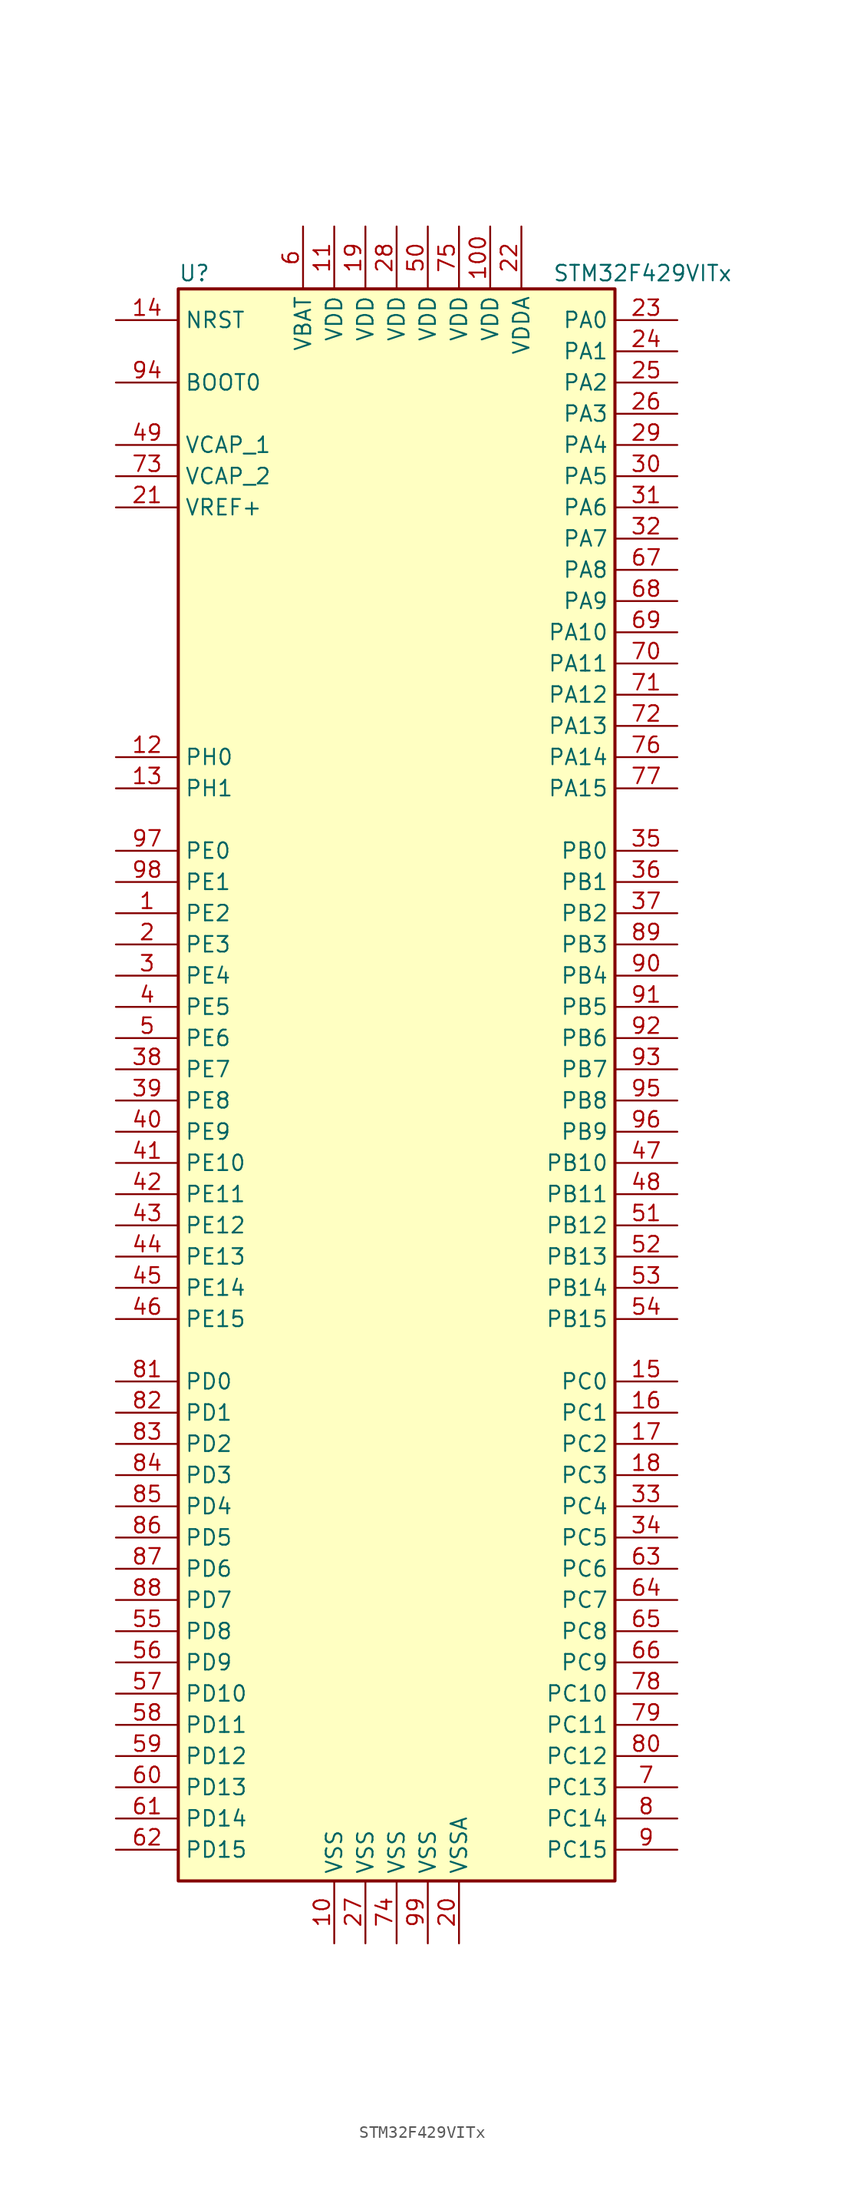
<source format=kicad_sym>
(kicad_symbol_lib
  (version 20220914)
  (generator kicad_symbol_editor)
  (symbol "STM32F429VITx"
    (property "Reference" "U"
      (at -17.78 64.77 0)
      (effects (font (size 1.27 1.27)) (justify left)))
    (property "Value" "STM32F429VITx"
      (at 12.7 64.77 0)
      (effects (font (size 1.27 1.27)) (justify left)))
    (symbol "STM32F429VITx_0_1"
      (rectangle (start -17.78 -66.04) (end 17.78 63.5) (stroke (width 0.254) (type default)) (fill (type background))))
    (symbol "STM32F429VITx_1_1"
      (pin bidirectional line (at -22.86 12.7 0) (length 5.08) (name "PE2" (effects (font (size 1.27 1.27)))) (number "1" (effects (font (size 1.27 1.27)))))
      (pin power_in line (at -5.08 -71.12 90) (length 5.08) (name "VSS" (effects (font (size 1.27 1.27)))) (number "10" (effects (font (size 1.27 1.27)))))
      (pin power_in line (at 7.62 68.58 270) (length 5.08) (name "VDD" (effects (font (size 1.27 1.27)))) (number "100" (effects (font (size 1.27 1.27)))))
      (pin power_in line (at -5.08 68.58 270) (length 5.08) (name "VDD" (effects (font (size 1.27 1.27)))) (number "11" (effects (font (size 1.27 1.27)))))
      (pin input line (at -22.86 25.4 0) (length 5.08) (name "PH0" (effects (font (size 1.27 1.27)))) (number "12" (effects (font (size 1.27 1.27)))))
      (pin input line (at -22.86 22.86 0) (length 5.08) (name "PH1" (effects (font (size 1.27 1.27)))) (number "13" (effects (font (size 1.27 1.27)))))
      (pin input line (at -22.86 60.96 0) (length 5.08) (name "NRST" (effects (font (size 1.27 1.27)))) (number "14" (effects (font (size 1.27 1.27)))))
      (pin bidirectional line (at 22.86 -25.4 180) (length 5.08) (name "PC0" (effects (font (size 1.27 1.27)))) (number "15" (effects (font (size 1.27 1.27)))))
      (pin bidirectional line (at 22.86 -27.94 180) (length 5.08) (name "PC1" (effects (font (size 1.27 1.27)))) (number "16" (effects (font (size 1.27 1.27)))))
      (pin bidirectional line (at 22.86 -30.48 180) (length 5.08) (name "PC2" (effects (font (size 1.27 1.27)))) (number "17" (effects (font (size 1.27 1.27)))))
      (pin bidirectional line (at 22.86 -33.02 180) (length 5.08) (name "PC3" (effects (font (size 1.27 1.27)))) (number "18" (effects (font (size 1.27 1.27)))))
      (pin power_in line (at -2.54 68.58 270) (length 5.08) (name "VDD" (effects (font (size 1.27 1.27)))) (number "19" (effects (font (size 1.27 1.27)))))
      (pin bidirectional line (at -22.86 10.16 0) (length 5.08) (name "PE3" (effects (font (size 1.27 1.27)))) (number "2" (effects (font (size 1.27 1.27)))))
      (pin power_in line (at 5.08 -71.12 90) (length 5.08) (name "VSSA" (effects (font (size 1.27 1.27)))) (number "20" (effects (font (size 1.27 1.27)))))
      (pin power_in line (at -22.86 45.72 0) (length 5.08) (name "VREF+" (effects (font (size 1.27 1.27)))) (number "21" (effects (font (size 1.27 1.27)))))
      (pin power_in line (at 10.16 68.58 270) (length 5.08) (name "VDDA" (effects (font (size 1.27 1.27)))) (number "22" (effects (font (size 1.27 1.27)))))
      (pin bidirectional line (at 22.86 60.96 180) (length 5.08) (name "PA0" (effects (font (size 1.27 1.27)))) (number "23" (effects (font (size 1.27 1.27)))))
      (pin bidirectional line (at 22.86 58.42 180) (length 5.08) (name "PA1" (effects (font (size 1.27 1.27)))) (number "24" (effects (font (size 1.27 1.27)))))
      (pin bidirectional line (at 22.86 55.88 180) (length 5.08) (name "PA2" (effects (font (size 1.27 1.27)))) (number "25" (effects (font (size 1.27 1.27)))))
      (pin bidirectional line (at 22.86 53.34 180) (length 5.08) (name "PA3" (effects (font (size 1.27 1.27)))) (number "26" (effects (font (size 1.27 1.27)))))
      (pin power_in line (at -2.54 -71.12 90) (length 5.08) (name "VSS" (effects (font (size 1.27 1.27)))) (number "27" (effects (font (size 1.27 1.27)))))
      (pin power_in line (at 0 68.58 270) (length 5.08) (name "VDD" (effects (font (size 1.27 1.27)))) (number "28" (effects (font (size 1.27 1.27)))))
      (pin bidirectional line (at 22.86 50.8 180) (length 5.08) (name "PA4" (effects (font (size 1.27 1.27)))) (number "29" (effects (font (size 1.27 1.27)))))
      (pin bidirectional line (at -22.86 7.62 0) (length 5.08) (name "PE4" (effects (font (size 1.27 1.27)))) (number "3" (effects (font (size 1.27 1.27)))))
      (pin bidirectional line (at 22.86 48.26 180) (length 5.08) (name "PA5" (effects (font (size 1.27 1.27)))) (number "30" (effects (font (size 1.27 1.27)))))
      (pin bidirectional line (at 22.86 45.72 180) (length 5.08) (name "PA6" (effects (font (size 1.27 1.27)))) (number "31" (effects (font (size 1.27 1.27)))))
      (pin bidirectional line (at 22.86 43.18 180) (length 5.08) (name "PA7" (effects (font (size 1.27 1.27)))) (number "32" (effects (font (size 1.27 1.27)))))
      (pin bidirectional line (at 22.86 -35.56 180) (length 5.08) (name "PC4" (effects (font (size 1.27 1.27)))) (number "33" (effects (font (size 1.27 1.27)))))
      (pin bidirectional line (at 22.86 -38.1 180) (length 5.08) (name "PC5" (effects (font (size 1.27 1.27)))) (number "34" (effects (font (size 1.27 1.27)))))
      (pin bidirectional line (at 22.86 17.78 180) (length 5.08) (name "PB0" (effects (font (size 1.27 1.27)))) (number "35" (effects (font (size 1.27 1.27)))))
      (pin bidirectional line (at 22.86 15.24 180) (length 5.08) (name "PB1" (effects (font (size 1.27 1.27)))) (number "36" (effects (font (size 1.27 1.27)))))
      (pin bidirectional line (at 22.86 12.7 180) (length 5.08) (name "PB2" (effects (font (size 1.27 1.27)))) (number "37" (effects (font (size 1.27 1.27)))))
      (pin bidirectional line (at -22.86 0 0) (length 5.08) (name "PE7" (effects (font (size 1.27 1.27)))) (number "38" (effects (font (size 1.27 1.27)))))
      (pin bidirectional line (at -22.86 -2.54 0) (length 5.08) (name "PE8" (effects (font (size 1.27 1.27)))) (number "39" (effects (font (size 1.27 1.27)))))
      (pin bidirectional line (at -22.86 5.08 0) (length 5.08) (name "PE5" (effects (font (size 1.27 1.27)))) (number "4" (effects (font (size 1.27 1.27)))))
      (pin bidirectional line (at -22.86 -5.08 0) (length 5.08) (name "PE9" (effects (font (size 1.27 1.27)))) (number "40" (effects (font (size 1.27 1.27)))))
      (pin bidirectional line (at -22.86 -7.62 0) (length 5.08) (name "PE10" (effects (font (size 1.27 1.27)))) (number "41" (effects (font (size 1.27 1.27)))))
      (pin bidirectional line (at -22.86 -10.16 0) (length 5.08) (name "PE11" (effects (font (size 1.27 1.27)))) (number "42" (effects (font (size 1.27 1.27)))))
      (pin bidirectional line (at -22.86 -12.7 0) (length 5.08) (name "PE12" (effects (font (size 1.27 1.27)))) (number "43" (effects (font (size 1.27 1.27)))))
      (pin bidirectional line (at -22.86 -15.24 0) (length 5.08) (name "PE13" (effects (font (size 1.27 1.27)))) (number "44" (effects (font (size 1.27 1.27)))))
      (pin bidirectional line (at -22.86 -17.78 0) (length 5.08) (name "PE14" (effects (font (size 1.27 1.27)))) (number "45" (effects (font (size 1.27 1.27)))))
      (pin bidirectional line (at -22.86 -20.32 0) (length 5.08) (name "PE15" (effects (font (size 1.27 1.27)))) (number "46" (effects (font (size 1.27 1.27)))))
      (pin bidirectional line (at 22.86 -7.62 180) (length 5.08) (name "PB10" (effects (font (size 1.27 1.27)))) (number "47" (effects (font (size 1.27 1.27)))))
      (pin bidirectional line (at 22.86 -10.16 180) (length 5.08) (name "PB11" (effects (font (size 1.27 1.27)))) (number "48" (effects (font (size 1.27 1.27)))))
      (pin power_in line (at -22.86 50.8 0) (length 5.08) (name "VCAP_1" (effects (font (size 1.27 1.27)))) (number "49" (effects (font (size 1.27 1.27)))))
      (pin bidirectional line (at -22.86 2.54 0) (length 5.08) (name "PE6" (effects (font (size 1.27 1.27)))) (number "5" (effects (font (size 1.27 1.27)))))
      (pin power_in line (at 2.54 68.58 270) (length 5.08) (name "VDD" (effects (font (size 1.27 1.27)))) (number "50" (effects (font (size 1.27 1.27)))))
      (pin bidirectional line (at 22.86 -12.7 180) (length 5.08) (name "PB12" (effects (font (size 1.27 1.27)))) (number "51" (effects (font (size 1.27 1.27)))))
      (pin bidirectional line (at 22.86 -15.24 180) (length 5.08) (name "PB13" (effects (font (size 1.27 1.27)))) (number "52" (effects (font (size 1.27 1.27)))))
      (pin bidirectional line (at 22.86 -17.78 180) (length 5.08) (name "PB14" (effects (font (size 1.27 1.27)))) (number "53" (effects (font (size 1.27 1.27)))))
      (pin bidirectional line (at 22.86 -20.32 180) (length 5.08) (name "PB15" (effects (font (size 1.27 1.27)))) (number "54" (effects (font (size 1.27 1.27)))))
      (pin bidirectional line (at -22.86 -45.72 0) (length 5.08) (name "PD8" (effects (font (size 1.27 1.27)))) (number "55" (effects (font (size 1.27 1.27)))))
      (pin bidirectional line (at -22.86 -48.26 0) (length 5.08) (name "PD9" (effects (font (size 1.27 1.27)))) (number "56" (effects (font (size 1.27 1.27)))))
      (pin bidirectional line (at -22.86 -50.8 0) (length 5.08) (name "PD10" (effects (font (size 1.27 1.27)))) (number "57" (effects (font (size 1.27 1.27)))))
      (pin bidirectional line (at -22.86 -53.34 0) (length 5.08) (name "PD11" (effects (font (size 1.27 1.27)))) (number "58" (effects (font (size 1.27 1.27)))))
      (pin bidirectional line (at -22.86 -55.88 0) (length 5.08) (name "PD12" (effects (font (size 1.27 1.27)))) (number "59" (effects (font (size 1.27 1.27)))))
      (pin power_in line (at -7.62 68.58 270) (length 5.08) (name "VBAT" (effects (font (size 1.27 1.27)))) (number "6" (effects (font (size 1.27 1.27)))))
      (pin bidirectional line (at -22.86 -58.42 0) (length 5.08) (name "PD13" (effects (font (size 1.27 1.27)))) (number "60" (effects (font (size 1.27 1.27)))))
      (pin bidirectional line (at -22.86 -60.96 0) (length 5.08) (name "PD14" (effects (font (size 1.27 1.27)))) (number "61" (effects (font (size 1.27 1.27)))))
      (pin bidirectional line (at -22.86 -63.5 0) (length 5.08) (name "PD15" (effects (font (size 1.27 1.27)))) (number "62" (effects (font (size 1.27 1.27)))))
      (pin bidirectional line (at 22.86 -40.64 180) (length 5.08) (name "PC6" (effects (font (size 1.27 1.27)))) (number "63" (effects (font (size 1.27 1.27)))))
      (pin bidirectional line (at 22.86 -43.18 180) (length 5.08) (name "PC7" (effects (font (size 1.27 1.27)))) (number "64" (effects (font (size 1.27 1.27)))))
      (pin bidirectional line (at 22.86 -45.72 180) (length 5.08) (name "PC8" (effects (font (size 1.27 1.27)))) (number "65" (effects (font (size 1.27 1.27)))))
      (pin bidirectional line (at 22.86 -48.26 180) (length 5.08) (name "PC9" (effects (font (size 1.27 1.27)))) (number "66" (effects (font (size 1.27 1.27)))))
      (pin bidirectional line (at 22.86 40.64 180) (length 5.08) (name "PA8" (effects (font (size 1.27 1.27)))) (number "67" (effects (font (size 1.27 1.27)))))
      (pin bidirectional line (at 22.86 38.1 180) (length 5.08) (name "PA9" (effects (font (size 1.27 1.27)))) (number "68" (effects (font (size 1.27 1.27)))))
      (pin bidirectional line (at 22.86 35.56 180) (length 5.08) (name "PA10" (effects (font (size 1.27 1.27)))) (number "69" (effects (font (size 1.27 1.27)))))
      (pin bidirectional line (at 22.86 -58.42 180) (length 5.08) (name "PC13" (effects (font (size 1.27 1.27)))) (number "7" (effects (font (size 1.27 1.27)))))
      (pin bidirectional line (at 22.86 33.02 180) (length 5.08) (name "PA11" (effects (font (size 1.27 1.27)))) (number "70" (effects (font (size 1.27 1.27)))))
      (pin bidirectional line (at 22.86 30.48 180) (length 5.08) (name "PA12" (effects (font (size 1.27 1.27)))) (number "71" (effects (font (size 1.27 1.27)))))
      (pin bidirectional line (at 22.86 27.94 180) (length 5.08) (name "PA13" (effects (font (size 1.27 1.27)))) (number "72" (effects (font (size 1.27 1.27)))))
      (pin power_in line (at -22.86 48.26 0) (length 5.08) (name "VCAP_2" (effects (font (size 1.27 1.27)))) (number "73" (effects (font (size 1.27 1.27)))))
      (pin power_in line (at 0 -71.12 90) (length 5.08) (name "VSS" (effects (font (size 1.27 1.27)))) (number "74" (effects (font (size 1.27 1.27)))))
      (pin power_in line (at 5.08 68.58 270) (length 5.08) (name "VDD" (effects (font (size 1.27 1.27)))) (number "75" (effects (font (size 1.27 1.27)))))
      (pin bidirectional line (at 22.86 25.4 180) (length 5.08) (name "PA14" (effects (font (size 1.27 1.27)))) (number "76" (effects (font (size 1.27 1.27)))))
      (pin bidirectional line (at 22.86 22.86 180) (length 5.08) (name "PA15" (effects (font (size 1.27 1.27)))) (number "77" (effects (font (size 1.27 1.27)))))
      (pin bidirectional line (at 22.86 -50.8 180) (length 5.08) (name "PC10" (effects (font (size 1.27 1.27)))) (number "78" (effects (font (size 1.27 1.27)))))
      (pin bidirectional line (at 22.86 -53.34 180) (length 5.08) (name "PC11" (effects (font (size 1.27 1.27)))) (number "79" (effects (font (size 1.27 1.27)))))
      (pin bidirectional line (at 22.86 -60.96 180) (length 5.08) (name "PC14" (effects (font (size 1.27 1.27)))) (number "8" (effects (font (size 1.27 1.27)))))
      (pin bidirectional line (at 22.86 -55.88 180) (length 5.08) (name "PC12" (effects (font (size 1.27 1.27)))) (number "80" (effects (font (size 1.27 1.27)))))
      (pin bidirectional line (at -22.86 -25.4 0) (length 5.08) (name "PD0" (effects (font (size 1.27 1.27)))) (number "81" (effects (font (size 1.27 1.27)))))
      (pin bidirectional line (at -22.86 -27.94 0) (length 5.08) (name "PD1" (effects (font (size 1.27 1.27)))) (number "82" (effects (font (size 1.27 1.27)))))
      (pin bidirectional line (at -22.86 -30.48 0) (length 5.08) (name "PD2" (effects (font (size 1.27 1.27)))) (number "83" (effects (font (size 1.27 1.27)))))
      (pin bidirectional line (at -22.86 -33.02 0) (length 5.08) (name "PD3" (effects (font (size 1.27 1.27)))) (number "84" (effects (font (size 1.27 1.27)))))
      (pin bidirectional line (at -22.86 -35.56 0) (length 5.08) (name "PD4" (effects (font (size 1.27 1.27)))) (number "85" (effects (font (size 1.27 1.27)))))
      (pin bidirectional line (at -22.86 -38.1 0) (length 5.08) (name "PD5" (effects (font (size 1.27 1.27)))) (number "86" (effects (font (size 1.27 1.27)))))
      (pin bidirectional line (at -22.86 -40.64 0) (length 5.08) (name "PD6" (effects (font (size 1.27 1.27)))) (number "87" (effects (font (size 1.27 1.27)))))
      (pin bidirectional line (at -22.86 -43.18 0) (length 5.08) (name "PD7" (effects (font (size 1.27 1.27)))) (number "88" (effects (font (size 1.27 1.27)))))
      (pin bidirectional line (at 22.86 10.16 180) (length 5.08) (name "PB3" (effects (font (size 1.27 1.27)))) (number "89" (effects (font (size 1.27 1.27)))))
      (pin bidirectional line (at 22.86 -63.5 180) (length 5.08) (name "PC15" (effects (font (size 1.27 1.27)))) (number "9" (effects (font (size 1.27 1.27)))))
      (pin bidirectional line (at 22.86 7.62 180) (length 5.08) (name "PB4" (effects (font (size 1.27 1.27)))) (number "90" (effects (font (size 1.27 1.27)))))
      (pin bidirectional line (at 22.86 5.08 180) (length 5.08) (name "PB5" (effects (font (size 1.27 1.27)))) (number "91" (effects (font (size 1.27 1.27)))))
      (pin bidirectional line (at 22.86 2.54 180) (length 5.08) (name "PB6" (effects (font (size 1.27 1.27)))) (number "92" (effects (font (size 1.27 1.27)))))
      (pin bidirectional line (at 22.86 0 180) (length 5.08) (name "PB7" (effects (font (size 1.27 1.27)))) (number "93" (effects (font (size 1.27 1.27)))))
      (pin input line (at -22.86 55.88 0) (length 5.08) (name "BOOT0" (effects (font (size 1.27 1.27)))) (number "94" (effects (font (size 1.27 1.27)))))
      (pin bidirectional line (at 22.86 -2.54 180) (length 5.08) (name "PB8" (effects (font (size 1.27 1.27)))) (number "95" (effects (font (size 1.27 1.27)))))
      (pin bidirectional line (at 22.86 -5.08 180) (length 5.08) (name "PB9" (effects (font (size 1.27 1.27)))) (number "96" (effects (font (size 1.27 1.27)))))
      (pin bidirectional line (at -22.86 17.78 0) (length 5.08) (name "PE0" (effects (font (size 1.27 1.27)))) (number "97" (effects (font (size 1.27 1.27)))))
      (pin bidirectional line (at -22.86 15.24 0) (length 5.08) (name "PE1" (effects (font (size 1.27 1.27)))) (number "98" (effects (font (size 1.27 1.27)))))
      (pin power_in line (at 2.54 -71.12 90) (length 5.08) (name "VSS" (effects (font (size 1.27 1.27)))) (number "99" (effects (font (size 1.27 1.27))))))))
</source>
